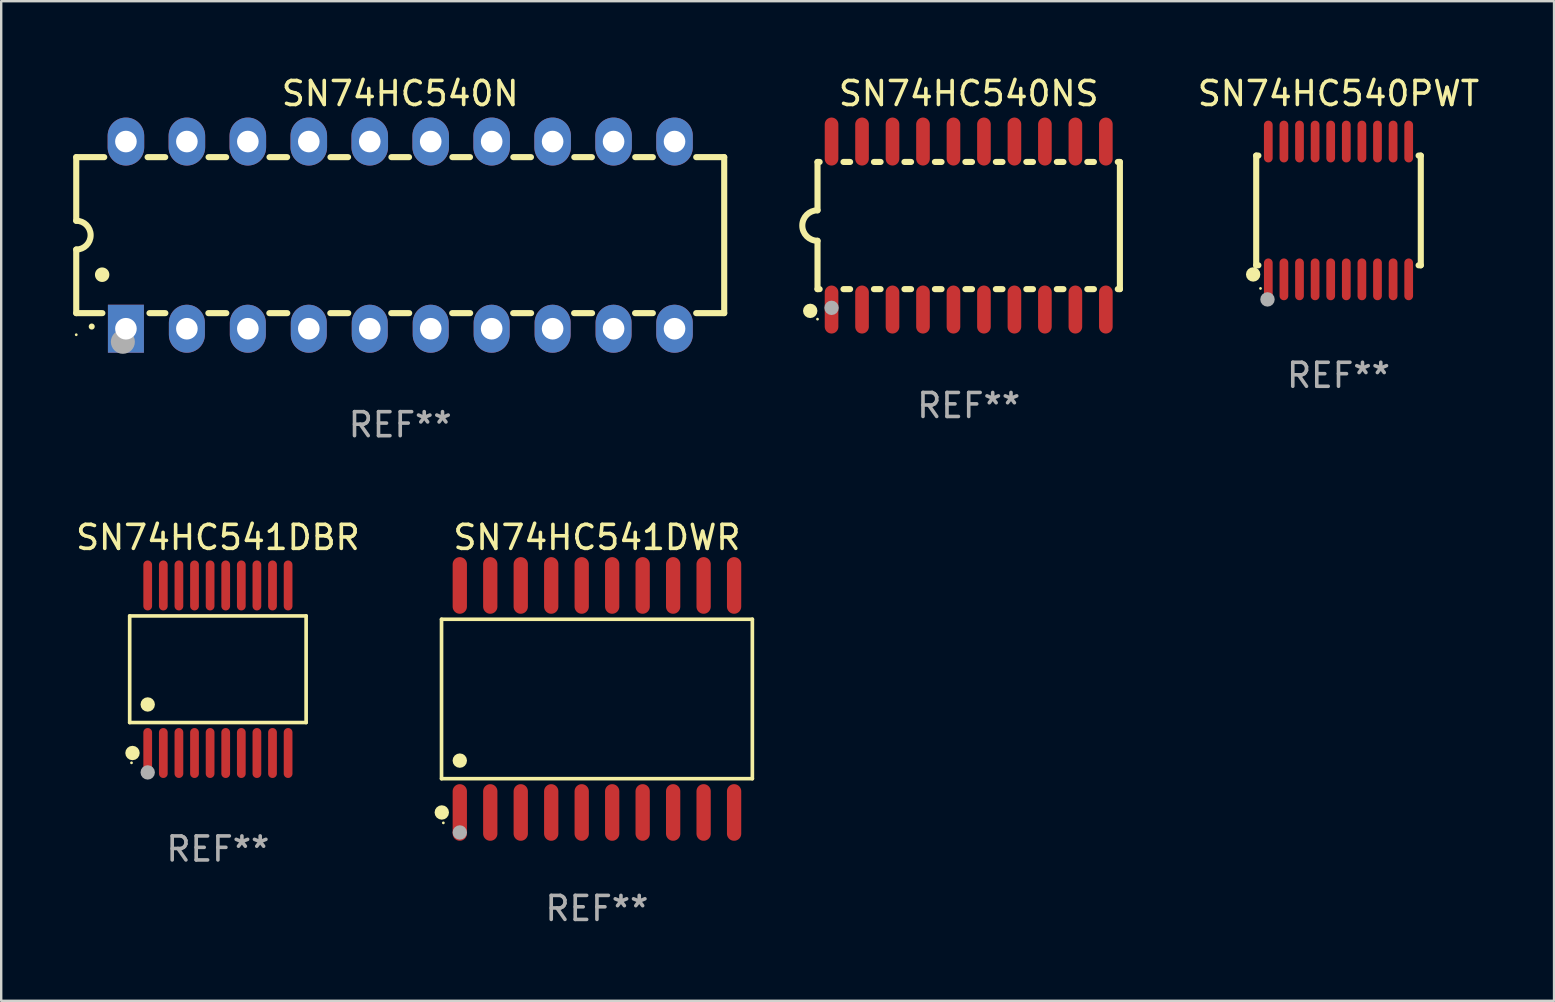
<source format=kicad_pcb>
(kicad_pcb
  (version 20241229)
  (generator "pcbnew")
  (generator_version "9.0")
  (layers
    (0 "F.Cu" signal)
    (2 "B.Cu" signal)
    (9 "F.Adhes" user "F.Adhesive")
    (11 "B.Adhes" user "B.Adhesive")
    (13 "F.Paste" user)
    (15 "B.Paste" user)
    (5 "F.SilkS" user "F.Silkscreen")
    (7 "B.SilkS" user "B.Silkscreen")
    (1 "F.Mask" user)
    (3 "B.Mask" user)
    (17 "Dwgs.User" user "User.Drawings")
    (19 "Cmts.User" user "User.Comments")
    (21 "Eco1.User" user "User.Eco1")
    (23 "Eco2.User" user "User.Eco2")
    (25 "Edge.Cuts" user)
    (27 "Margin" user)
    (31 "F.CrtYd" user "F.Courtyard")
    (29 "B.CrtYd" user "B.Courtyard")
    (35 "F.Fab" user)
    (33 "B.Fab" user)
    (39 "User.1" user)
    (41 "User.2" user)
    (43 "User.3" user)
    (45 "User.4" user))
  (footprint "SN74HC540PWT"
    (layer "F.Cu")
    (at 52.724 5.719)
    (property "Reference" "SN74HC540PWT" (at 0 -4.871 0) (layer "F.SilkS") (effects (font (size 1 1) (thickness 0.15))))
    (attr through_hole)
    (fp_line (start -3.429 -2.286) (end -3.429 2.286) (stroke (width 0.254) (type solid)) (layer "F.SilkS"))
    (fp_line (start -3.429 2.286) (end -3.338 2.286) (stroke (width 0.254) (type solid)) (layer "F.SilkS"))
    (fp_line (start -3.338 -2.286) (end -3.429 -2.286) (stroke (width 0.254) (type solid)) (layer "F.SilkS"))
    (fp_line (start 3.338 -2.286) (end 3.429 -2.286) (stroke (width 0.254) (type solid)) (layer "F.SilkS"))
    (fp_line (start 3.429 -2.286) (end 3.429 2.286) (stroke (width 0.254) (type solid)) (layer "F.SilkS"))
    (fp_line (start 3.429 2.286) (end 3.338 2.286) (stroke (width 0.254) (type solid)) (layer "F.SilkS"))
    (fp_circle (center -3.556 2.667) (end -3.406 2.667) (stroke (width 0.3) (type solid)) (fill no) (layer "F.SilkS"))
    (fp_circle (center -3.25 3.25) (end -3.22 3.25) (stroke (width 0.06) (type solid)) (fill no) (layer "F.SilkS"))
    (fp_circle (center -2.959 3.707) (end -2.808 3.707) (stroke (width 0.3) (type solid)) (fill no) (layer "F.Fab"))
    (fp_text user "REF**" (at 0 6.871 0) (layer "F.Fab") (effects (font (size 1 1) (thickness 0.15))))
    (pad "1" smd oval (at -2.925 2.871) (size 0.364 1.742) (layers "F.Cu" "F.Mask" "F.Paste"))
    (pad "2" smd oval (at -2.275 2.871) (size 0.364 1.742) (layers "F.Cu" "F.Mask" "F.Paste"))
    (pad "3" smd oval (at -1.625 2.871) (size 0.364 1.742) (layers "F.Cu" "F.Mask" "F.Paste"))
    (pad "4" smd oval (at -0.975 2.871) (size 0.364 1.742) (layers "F.Cu" "F.Mask" "F.Paste"))
    (pad "5" smd oval (at -0.325 2.871) (size 0.364 1.742) (layers "F.Cu" "F.Mask" "F.Paste"))
    (pad "6" smd oval (at 0.325 2.871) (size 0.364 1.742) (layers "F.Cu" "F.Mask" "F.Paste"))
    (pad "7" smd oval (at 0.975 2.871) (size 0.364 1.742) (layers "F.Cu" "F.Mask" "F.Paste"))
    (pad "8" smd oval (at 1.625 2.871) (size 0.364 1.742) (layers "F.Cu" "F.Mask" "F.Paste"))
    (pad "9" smd oval (at 2.275 2.871) (size 0.364 1.742) (layers "F.Cu" "F.Mask" "F.Paste"))
    (pad "10" smd oval (at 2.925 2.871) (size 0.364 1.742) (layers "F.Cu" "F.Mask" "F.Paste"))
    (pad "11" smd oval (at 2.925 -2.871) (size 0.364 1.742) (layers "F.Cu" "F.Mask" "F.Paste"))
    (pad "12" smd oval (at 2.275 -2.871) (size 0.364 1.742) (layers "F.Cu" "F.Mask" "F.Paste"))
    (pad "13" smd oval (at 1.625 -2.871) (size 0.364 1.742) (layers "F.Cu" "F.Mask" "F.Paste"))
    (pad "14" smd oval (at 0.975 -2.871) (size 0.364 1.742) (layers "F.Cu" "F.Mask" "F.Paste"))
    (pad "15" smd oval (at 0.325 -2.871) (size 0.364 1.742) (layers "F.Cu" "F.Mask" "F.Paste"))
    (pad "16" smd oval (at -0.325 -2.871) (size 0.364 1.742) (layers "F.Cu" "F.Mask" "F.Paste"))
    (pad "17" smd oval (at -0.975 -2.871) (size 0.364 1.742) (layers "F.Cu" "F.Mask" "F.Paste"))
    (pad "18" smd oval (at -1.625 -2.871) (size 0.364 1.742) (layers "F.Cu" "F.Mask" "F.Paste"))
    (pad "19" smd oval (at -2.275 -2.871) (size 0.364 1.742) (layers "F.Cu" "F.Mask" "F.Paste"))
    (pad "20" smd oval (at -2.925 -2.871) (size 0.364 1.742) (layers "F.Cu" "F.Mask" "F.Paste")))
  (footprint "SN74HC540NS"
    (layer "F.Cu")
    (at 37.315 6.348)
    (property "Reference" "SN74HC540NS" (at 0 -5.5 0) (layer "F.SilkS") (effects (font (size 1 1) (thickness 0.15))))
    (attr through_hole)
    (fp_line (start -6.3 -2.65) (end -6.3 -0.635) (stroke (width 0.254) (type solid)) (layer "F.SilkS"))
    (fp_line (start -6.3 -2.65) (end -6.212 -2.65) (stroke (width 0.254) (type solid)) (layer "F.SilkS"))
    (fp_line (start -6.3 2.65) (end -6.3 0.635) (stroke (width 0.254) (type solid)) (layer "F.SilkS"))
    (fp_line (start -6.3 2.65) (end -6.212 2.65) (stroke (width 0.254) (type solid)) (layer "F.SilkS"))
    (fp_line (start -5.218 -2.65) (end -4.942 -2.65) (stroke (width 0.254) (type solid)) (layer "F.SilkS"))
    (fp_line (start -5.218 2.65) (end -4.942 2.65) (stroke (width 0.254) (type solid)) (layer "F.SilkS"))
    (fp_line (start -3.948 -2.65) (end -3.672 -2.65) (stroke (width 0.254) (type solid)) (layer "F.SilkS"))
    (fp_line (start -3.948 2.65) (end -3.672 2.65) (stroke (width 0.254) (type solid)) (layer "F.SilkS"))
    (fp_line (start -2.678 -2.65) (end -2.402 -2.65) (stroke (width 0.254) (type solid)) (layer "F.SilkS"))
    (fp_line (start -2.678 2.65) (end -2.402 2.65) (stroke (width 0.254) (type solid)) (layer "F.SilkS"))
    (fp_line (start -1.408 -2.65) (end -1.132 -2.65) (stroke (width 0.254) (type solid)) (layer "F.SilkS"))
    (fp_line (start -1.408 2.65) (end -1.132 2.65) (stroke (width 0.254) (type solid)) (layer "F.SilkS"))
    (fp_line (start -0.138 -2.65) (end 0.138 -2.65) (stroke (width 0.254) (type solid)) (layer "F.SilkS"))
    (fp_line (start -0.138 2.65) (end 0.138 2.65) (stroke (width 0.254) (type solid)) (layer "F.SilkS"))
    (fp_line (start 1.132 -2.65) (end 1.408 -2.65) (stroke (width 0.254) (type solid)) (layer "F.SilkS"))
    (fp_line (start 1.132 2.65) (end 1.408 2.65) (stroke (width 0.254) (type solid)) (layer "F.SilkS"))
    (fp_line (start 2.402 -2.65) (end 2.678 -2.65) (stroke (width 0.254) (type solid)) (layer "F.SilkS"))
    (fp_line (start 2.402 2.65) (end 2.678 2.65) (stroke (width 0.254) (type solid)) (layer "F.SilkS"))
    (fp_line (start 3.672 -2.65) (end 3.948 -2.65) (stroke (width 0.254) (type solid)) (layer "F.SilkS"))
    (fp_line (start 3.672 2.65) (end 3.948 2.65) (stroke (width 0.254) (type solid)) (layer "F.SilkS"))
    (fp_line (start 4.942 -2.65) (end 5.218 -2.65) (stroke (width 0.254) (type solid)) (layer "F.SilkS"))
    (fp_line (start 4.942 2.65) (end 5.218 2.65) (stroke (width 0.254) (type solid)) (layer "F.SilkS"))
    (fp_line (start 6.212 -2.65) (end 6.3 -2.65) (stroke (width 0.254) (type solid)) (layer "F.SilkS"))
    (fp_line (start 6.212 2.65) (end 6.3 2.65) (stroke (width 0.254) (type solid)) (layer "F.SilkS"))
    (fp_line (start 6.3 -2.65) (end 6.3 2.65) (stroke (width 0.254) (type solid)) (layer "F.SilkS"))
    (fp_arc (start -6.299975 0.634874) (mid -6.933579 0.000127) (end -6.299213 -0.633858) (stroke (width 0.254001) (type solid)) (layer "F.SilkS"))
    (fp_circle (center -6.604 3.556) (end -6.454 3.556) (stroke (width 0.3) (type solid)) (fill no) (layer "F.SilkS"))
    (fp_circle (center -6.3 3.9) (end -6.27 3.9) (stroke (width 0.06) (type solid)) (fill no) (layer "F.SilkS"))
    (fp_circle (center -5.715 3.429) (end -5.565 3.429) (stroke (width 0.3) (type solid)) (fill no) (layer "F.Fab"))
    (fp_text user "REF**" (at 0 7.5 0) (layer "F.Fab") (effects (font (size 1 1) (thickness 0.15))))
    (pad "1" smd oval (at -5.715 3.5) (size 0.568 2) (layers "F.Cu" "F.Mask" "F.Paste"))
    (pad "2" smd oval (at -4.445 3.5) (size 0.568 2) (layers "F.Cu" "F.Mask" "F.Paste"))
    (pad "3" smd oval (at -3.175 3.5) (size 0.568 2) (layers "F.Cu" "F.Mask" "F.Paste"))
    (pad "4" smd oval (at -1.905 3.5) (size 0.568 2) (layers "F.Cu" "F.Mask" "F.Paste"))
    (pad "5" smd oval (at -0.635 3.5) (size 0.568 2) (layers "F.Cu" "F.Mask" "F.Paste"))
    (pad "6" smd oval (at 0.635 3.5) (size 0.568 2) (layers "F.Cu" "F.Mask" "F.Paste"))
    (pad "7" smd oval (at 1.905 3.5) (size 0.568 2) (layers "F.Cu" "F.Mask" "F.Paste"))
    (pad "8" smd oval (at 3.175 3.5) (size 0.568 2) (layers "F.Cu" "F.Mask" "F.Paste"))
    (pad "9" smd oval (at 4.445 3.5) (size 0.568 2) (layers "F.Cu" "F.Mask" "F.Paste"))
    (pad "10" smd oval (at 5.715 3.5) (size 0.568 2) (layers "F.Cu" "F.Mask" "F.Paste"))
    (pad "11" smd oval (at 5.715 -3.5) (size 0.568 2) (layers "F.Cu" "F.Mask" "F.Paste"))
    (pad "12" smd oval (at 4.445 -3.5) (size 0.568 2) (layers "F.Cu" "F.Mask" "F.Paste"))
    (pad "13" smd oval (at 3.175 -3.5) (size 0.568 2) (layers "F.Cu" "F.Mask" "F.Paste"))
    (pad "14" smd oval (at 1.905 -3.5) (size 0.568 2) (layers "F.Cu" "F.Mask" "F.Paste"))
    (pad "15" smd oval (at 0.635 -3.5) (size 0.568 2) (layers "F.Cu" "F.Mask" "F.Paste"))
    (pad "16" smd oval (at -0.635 -3.5) (size 0.568 2) (layers "F.Cu" "F.Mask" "F.Paste"))
    (pad "17" smd oval (at -1.905 -3.5) (size 0.568 2) (layers "F.Cu" "F.Mask" "F.Paste"))
    (pad "18" smd oval (at -3.175 -3.5) (size 0.568 2) (layers "F.Cu" "F.Mask" "F.Paste"))
    (pad "19" smd oval (at -4.445 -3.5) (size 0.568 2) (layers "F.Cu" "F.Mask" "F.Paste"))
    (pad "20" smd oval (at -5.715 -3.5) (size 0.568 2) (layers "F.Cu" "F.Mask" "F.Paste")))
  (footprint "SN74HC540N"
    (layer "F.Cu")
    (at 13.627 6.748)
    (property "Reference" "SN74HC540N" (at 0 -5.9 0) (layer "F.SilkS") (effects (font (size 1 1) (thickness 0.15))))
    (attr through_hole)
    (fp_line (start -13.5 -3.25) (end -12.333 -3.25) (stroke (width 0.254) (type solid)) (layer "F.SilkS"))
    (fp_line (start -13.5 -0.6) (end -13.5 -3.25) (stroke (width 0.254) (type solid)) (layer "F.SilkS"))
    (fp_line (start -13.5 3.25) (end -13.5 0.6) (stroke (width 0.254) (type solid)) (layer "F.SilkS"))
    (fp_line (start -13.5 3.25) (end -12.411 3.25) (stroke (width 0.254) (type solid)) (layer "F.SilkS"))
    (fp_line (start -10.527 -3.25) (end -9.793 -3.25) (stroke (width 0.254) (type solid)) (layer "F.SilkS"))
    (fp_line (start -10.449 3.25) (end -9.786 3.25) (stroke (width 0.254) (type solid)) (layer "F.SilkS"))
    (fp_line (start -7.994 3.25) (end -7.246 3.25) (stroke (width 0.254) (type solid)) (layer "F.SilkS"))
    (fp_line (start -7.987 -3.25) (end -7.253 -3.25) (stroke (width 0.254) (type solid)) (layer "F.SilkS"))
    (fp_line (start -5.454 3.25) (end -4.706 3.25) (stroke (width 0.254) (type solid)) (layer "F.SilkS"))
    (fp_line (start -5.447 -3.25) (end -4.713 -3.25) (stroke (width 0.254) (type solid)) (layer "F.SilkS"))
    (fp_line (start -2.914 3.25) (end -2.166 3.25) (stroke (width 0.254) (type solid)) (layer "F.SilkS"))
    (fp_line (start -2.907 -3.25) (end -2.173 -3.25) (stroke (width 0.254) (type solid)) (layer "F.SilkS"))
    (fp_line (start -0.374 3.25) (end 0.374 3.25) (stroke (width 0.254) (type solid)) (layer "F.SilkS"))
    (fp_line (start -0.367 -3.25) (end 0.367 -3.25) (stroke (width 0.254) (type solid)) (layer "F.SilkS"))
    (fp_line (start 2.166 3.25) (end 2.914 3.25) (stroke (width 0.254) (type solid)) (layer "F.SilkS"))
    (fp_line (start 2.173 -3.25) (end 2.907 -3.25) (stroke (width 0.254) (type solid)) (layer "F.SilkS"))
    (fp_line (start 4.706 3.25) (end 5.454 3.25) (stroke (width 0.254) (type solid)) (layer "F.SilkS"))
    (fp_line (start 4.713 -3.25) (end 5.447 -3.25) (stroke (width 0.254) (type solid)) (layer "F.SilkS"))
    (fp_line (start 7.246 3.25) (end 7.994 3.25) (stroke (width 0.254) (type solid)) (layer "F.SilkS"))
    (fp_line (start 7.253 -3.25) (end 7.987 -3.25) (stroke (width 0.254) (type solid)) (layer "F.SilkS"))
    (fp_line (start 9.786 3.25) (end 10.527 3.25) (stroke (width 0.254) (type solid)) (layer "F.SilkS"))
    (fp_line (start 9.793 -3.25) (end 10.527 -3.25) (stroke (width 0.254) (type solid)) (layer "F.SilkS"))
    (fp_line (start 12.333 -3.25) (end 13.5 -3.25) (stroke (width 0.254) (type solid)) (layer "F.SilkS"))
    (fp_line (start 12.333 3.25) (end 13.5 3.25) (stroke (width 0.254) (type solid)) (layer "F.SilkS"))
    (fp_line (start 13.5 -3.25) (end 13.5 3.25) (stroke (width 0.254) (type solid)) (layer "F.SilkS"))
    (fp_arc (start -13.500127 -0.599442) (mid -12.900406 0.000228) (end -13.500025 0.6) (stroke (width 0.254001) (type solid)) (layer "F.SilkS"))
    (fp_arc (start -12.854966 3.810008) (mid -12.854973 3.808738) (end -12.854966 3.807468) (stroke (width 0.25) (type solid)) (layer "F.SilkS"))
    (fp_arc (start -12.420625 1.651003) (mid -12.420636 1.648463) (end -12.420625 1.645923) (stroke (width 0.6) (type solid)) (layer "F.SilkS"))
    (fp_circle (center -13.5 4.15) (end -13.47 4.15) (stroke (width 0.06) (type solid)) (fill no) (layer "F.SilkS"))
    (fp_circle (center -11.557 4.445) (end -11.307 4.445) (stroke (width 0.5) (type solid)) (fill no) (layer "F.Fab"))
    (fp_text user "REF**" (at 0 7.9 0) (layer "F.Fab") (effects (font (size 1 1) (thickness 0.15))))
    (pad "1" thru_hole rect (at -11.43 3.9 90) (size 2 1.5) (drill 0.9) (layers "*.Cu" "*.Mask"))
    (pad "2" thru_hole oval (at -8.89 3.9 90) (size 2 1.5) (drill 0.9) (layers "*.Cu" "*.Mask"))
    (pad "3" thru_hole oval (at -6.35 3.9 90) (size 2 1.5) (drill 0.9) (layers "*.Cu" "*.Mask"))
    (pad "4" thru_hole oval (at -3.81 3.9 90) (size 2 1.5) (drill 0.9) (layers "*.Cu" "*.Mask"))
    (pad "5" thru_hole oval (at -1.27 3.9 90) (size 2 1.5) (drill 0.9) (layers "*.Cu" "*.Mask"))
    (pad "6" thru_hole oval (at 1.27 3.9 90) (size 2 1.5) (drill 0.9) (layers "*.Cu" "*.Mask"))
    (pad "7" thru_hole oval (at 3.81 3.9 90) (size 2 1.5) (drill 0.9) (layers "*.Cu" "*.Mask"))
    (pad "8" thru_hole oval (at 6.35 3.9 90) (size 2 1.5) (drill 0.9) (layers "*.Cu" "*.Mask"))
    (pad "9" thru_hole oval (at 8.89 3.9 90) (size 2 1.5) (drill 0.9) (layers "*.Cu" "*.Mask"))
    (pad "10" thru_hole oval (at 11.43 3.9 90) (size 2 1.524) (drill 0.9) (layers "*.Cu" "*.Mask"))
    (pad "11" thru_hole oval (at 11.43 -3.9 90) (size 2 1.524) (drill 0.9) (layers "*.Cu" "*.Mask"))
    (pad "12" thru_hole oval (at 8.89 -3.9 90) (size 2 1.524) (drill 0.9) (layers "*.Cu" "*.Mask"))
    (pad "13" thru_hole oval (at 6.35 -3.9 90) (size 2 1.524) (drill 0.9) (layers "*.Cu" "*.Mask"))
    (pad "14" thru_hole oval (at 3.81 -3.9 90) (size 2 1.524) (drill 0.9) (layers "*.Cu" "*.Mask"))
    (pad "15" thru_hole oval (at 1.27 -3.9 90) (size 2 1.524) (drill 0.9) (layers "*.Cu" "*.Mask"))
    (pad "16" thru_hole oval (at -1.27 -3.9 90) (size 2 1.524) (drill 0.9) (layers "*.Cu" "*.Mask"))
    (pad "17" thru_hole oval (at -3.81 -3.9 90) (size 2 1.524) (drill 0.9) (layers "*.Cu" "*.Mask"))
    (pad "18" thru_hole oval (at -6.35 -3.9 90) (size 2 1.524) (drill 0.9) (layers "*.Cu" "*.Mask"))
    (pad "19" thru_hole oval (at -8.89 -3.9 90) (size 2 1.524) (drill 0.9) (layers "*.Cu" "*.Mask"))
    (pad "20" thru_hole oval (at -11.43 -3.9 90) (size 2 1.524) (drill 0.9) (layers "*.Cu" "*.Mask")))
  (footprint "SN74HC541DBR"
    (layer "F.Cu")
    (at 6.03 24.836)
    (property "Reference" "SN74HC541DBR" (at 0 -5.491 0) (layer "F.SilkS") (effects (font (size 1 1) (thickness 0.15))))
    (attr through_hole)
    (fp_line (start -3.676 -2.221) (end 3.676 -2.221) (stroke (width 0.152) (type solid)) (layer "F.SilkS"))
    (fp_line (start -3.676 2.221) (end -3.676 -2.221) (stroke (width 0.152) (type solid)) (layer "F.SilkS"))
    (fp_line (start 3.676 -2.221) (end 3.676 2.221) (stroke (width 0.152) (type solid)) (layer "F.SilkS"))
    (fp_line (start 3.676 2.221) (end -3.676 2.221) (stroke (width 0.152) (type solid)) (layer "F.SilkS"))
    (fp_circle (center -3.6 3.9) (end -3.57 3.9) (stroke (width 0.06) (type solid)) (fill no) (layer "F.SilkS"))
    (fp_circle (center -3.559 3.491) (end -3.409 3.491) (stroke (width 0.3) (type solid)) (fill no) (layer "F.SilkS"))
    (fp_circle (center -2.925 1.469) (end -2.775 1.469) (stroke (width 0.3) (type solid)) (fill no) (layer "F.SilkS"))
    (fp_circle (center -2.925 4.3) (end -2.775 4.3) (stroke (width 0.3) (type solid)) (fill no) (layer "F.Fab"))
    (fp_text user "REF**" (at 0 7.491 0) (layer "F.Fab") (effects (font (size 1 1) (thickness 0.15))))
    (pad "1" smd oval (at -2.925 3.491) (size 0.364 2.082) (layers "F.Cu" "F.Mask" "F.Paste"))
    (pad "2" smd oval (at -2.275 3.491) (size 0.364 2.082) (layers "F.Cu" "F.Mask" "F.Paste"))
    (pad "3" smd oval (at -1.625 3.491) (size 0.364 2.082) (layers "F.Cu" "F.Mask" "F.Paste"))
    (pad "4" smd oval (at -0.975 3.491) (size 0.364 2.082) (layers "F.Cu" "F.Mask" "F.Paste"))
    (pad "5" smd oval (at -0.325 3.491) (size 0.364 2.082) (layers "F.Cu" "F.Mask" "F.Paste"))
    (pad "6" smd oval (at 0.325 3.491) (size 0.364 2.082) (layers "F.Cu" "F.Mask" "F.Paste"))
    (pad "7" smd oval (at 0.975 3.491) (size 0.364 2.082) (layers "F.Cu" "F.Mask" "F.Paste"))
    (pad "8" smd oval (at 1.625 3.491) (size 0.364 2.082) (layers "F.Cu" "F.Mask" "F.Paste"))
    (pad "9" smd oval (at 2.275 3.491) (size 0.364 2.082) (layers "F.Cu" "F.Mask" "F.Paste"))
    (pad "10" smd oval (at 2.925 3.491) (size 0.364 2.082) (layers "F.Cu" "F.Mask" "F.Paste"))
    (pad "11" smd oval (at 2.925 -3.491) (size 0.364 2.082) (layers "F.Cu" "F.Mask" "F.Paste"))
    (pad "12" smd oval (at 2.275 -3.491) (size 0.364 2.082) (layers "F.Cu" "F.Mask" "F.Paste"))
    (pad "13" smd oval (at 1.625 -3.491) (size 0.364 2.082) (layers "F.Cu" "F.Mask" "F.Paste"))
    (pad "14" smd oval (at 0.975 -3.491) (size 0.364 2.082) (layers "F.Cu" "F.Mask" "F.Paste"))
    (pad "15" smd oval (at 0.325 -3.491) (size 0.364 2.082) (layers "F.Cu" "F.Mask" "F.Paste"))
    (pad "16" smd oval (at -0.325 -3.491) (size 0.364 2.082) (layers "F.Cu" "F.Mask" "F.Paste"))
    (pad "17" smd oval (at -0.975 -3.491) (size 0.364 2.082) (layers "F.Cu" "F.Mask" "F.Paste"))
    (pad "18" smd oval (at -1.625 -3.491) (size 0.364 2.082) (layers "F.Cu" "F.Mask" "F.Paste"))
    (pad "19" smd oval (at -2.275 -3.491) (size 0.364 2.082) (layers "F.Cu" "F.Mask" "F.Paste"))
    (pad "20" smd oval (at -2.925 -3.491) (size 0.364 2.082) (layers "F.Cu" "F.Mask" "F.Paste")))
  (footprint "SN74HC541DWR"
    (layer "F.Cu")
    (at 21.824 26.075)
    (property "Reference" "SN74HC541DWR" (at 0 -6.73 0) (layer "F.SilkS") (effects (font (size 1 1) (thickness 0.15))))
    (attr through_hole)
    (fp_line (start -6.476 -3.321) (end 6.476 -3.321) (stroke (width 0.152) (type solid)) (layer "F.SilkS"))
    (fp_line (start -6.476 3.321) (end -6.476 -3.321) (stroke (width 0.152) (type solid)) (layer "F.SilkS"))
    (fp_line (start 6.476 -3.321) (end 6.476 3.321) (stroke (width 0.152) (type solid)) (layer "F.SilkS"))
    (fp_line (start 6.476 3.321) (end -6.476 3.321) (stroke (width 0.152) (type solid)) (layer "F.SilkS"))
    (fp_circle (center -6.465 4.73) (end -6.315 4.73) (stroke (width 0.3) (type solid)) (fill no) (layer "F.SilkS"))
    (fp_circle (center -6.4 5.163) (end -6.37 5.163) (stroke (width 0.06) (type solid)) (fill no) (layer "F.SilkS"))
    (fp_circle (center -5.715 2.569) (end -5.565 2.569) (stroke (width 0.3) (type solid)) (fill no) (layer "F.SilkS"))
    (fp_circle (center -5.715 5.563) (end -5.565 5.563) (stroke (width 0.3) (type solid)) (fill no) (layer "F.Fab"))
    (fp_text user "REF**" (at 0 8.73 0) (layer "F.Fab") (effects (font (size 1 1) (thickness 0.15))))
    (pad "1" smd oval (at -5.715 4.73) (size 0.595 2.36) (layers "F.Cu" "F.Mask" "F.Paste"))
    (pad "2" smd oval (at -4.445 4.73) (size 0.595 2.36) (layers "F.Cu" "F.Mask" "F.Paste"))
    (pad "3" smd oval (at -3.175 4.73) (size 0.595 2.36) (layers "F.Cu" "F.Mask" "F.Paste"))
    (pad "4" smd oval (at -1.905 4.73) (size 0.595 2.36) (layers "F.Cu" "F.Mask" "F.Paste"))
    (pad "5" smd oval (at -0.635 4.73) (size 0.595 2.36) (layers "F.Cu" "F.Mask" "F.Paste"))
    (pad "6" smd oval (at 0.635 4.73) (size 0.595 2.36) (layers "F.Cu" "F.Mask" "F.Paste"))
    (pad "7" smd oval (at 1.905 4.73) (size 0.595 2.36) (layers "F.Cu" "F.Mask" "F.Paste"))
    (pad "8" smd oval (at 3.175 4.73) (size 0.595 2.36) (layers "F.Cu" "F.Mask" "F.Paste"))
    (pad "9" smd oval (at 4.445 4.73) (size 0.595 2.36) (layers "F.Cu" "F.Mask" "F.Paste"))
    (pad "10" smd oval (at 5.715 4.73) (size 0.595 2.36) (layers "F.Cu" "F.Mask" "F.Paste"))
    (pad "11" smd oval (at 5.715 -4.73) (size 0.595 2.36) (layers "F.Cu" "F.Mask" "F.Paste"))
    (pad "12" smd oval (at 4.445 -4.73) (size 0.595 2.36) (layers "F.Cu" "F.Mask" "F.Paste"))
    (pad "13" smd oval (at 3.175 -4.73) (size 0.595 2.36) (layers "F.Cu" "F.Mask" "F.Paste"))
    (pad "14" smd oval (at 1.905 -4.73) (size 0.595 2.36) (layers "F.Cu" "F.Mask" "F.Paste"))
    (pad "15" smd oval (at 0.635 -4.73) (size 0.595 2.36) (layers "F.Cu" "F.Mask" "F.Paste"))
    (pad "16" smd oval (at -0.635 -4.73) (size 0.595 2.36) (layers "F.Cu" "F.Mask" "F.Paste"))
    (pad "17" smd oval (at -1.905 -4.73) (size 0.595 2.36) (layers "F.Cu" "F.Mask" "F.Paste"))
    (pad "18" smd oval (at -3.175 -4.73) (size 0.595 2.36) (layers "F.Cu" "F.Mask" "F.Paste"))
    (pad "19" smd oval (at -4.445 -4.73) (size 0.595 2.36) (layers "F.Cu" "F.Mask" "F.Paste"))
    (pad "20" smd oval (at -5.715 -4.73) (size 0.595 2.36) (layers "F.Cu" "F.Mask" "F.Paste")))
  (gr_rect
    (start -3 -3)
    (end 61.706 38.653)
    (stroke (width 0.1) (type default))
    (fill no)
    (layer "Edge.Cuts")))
</source>
